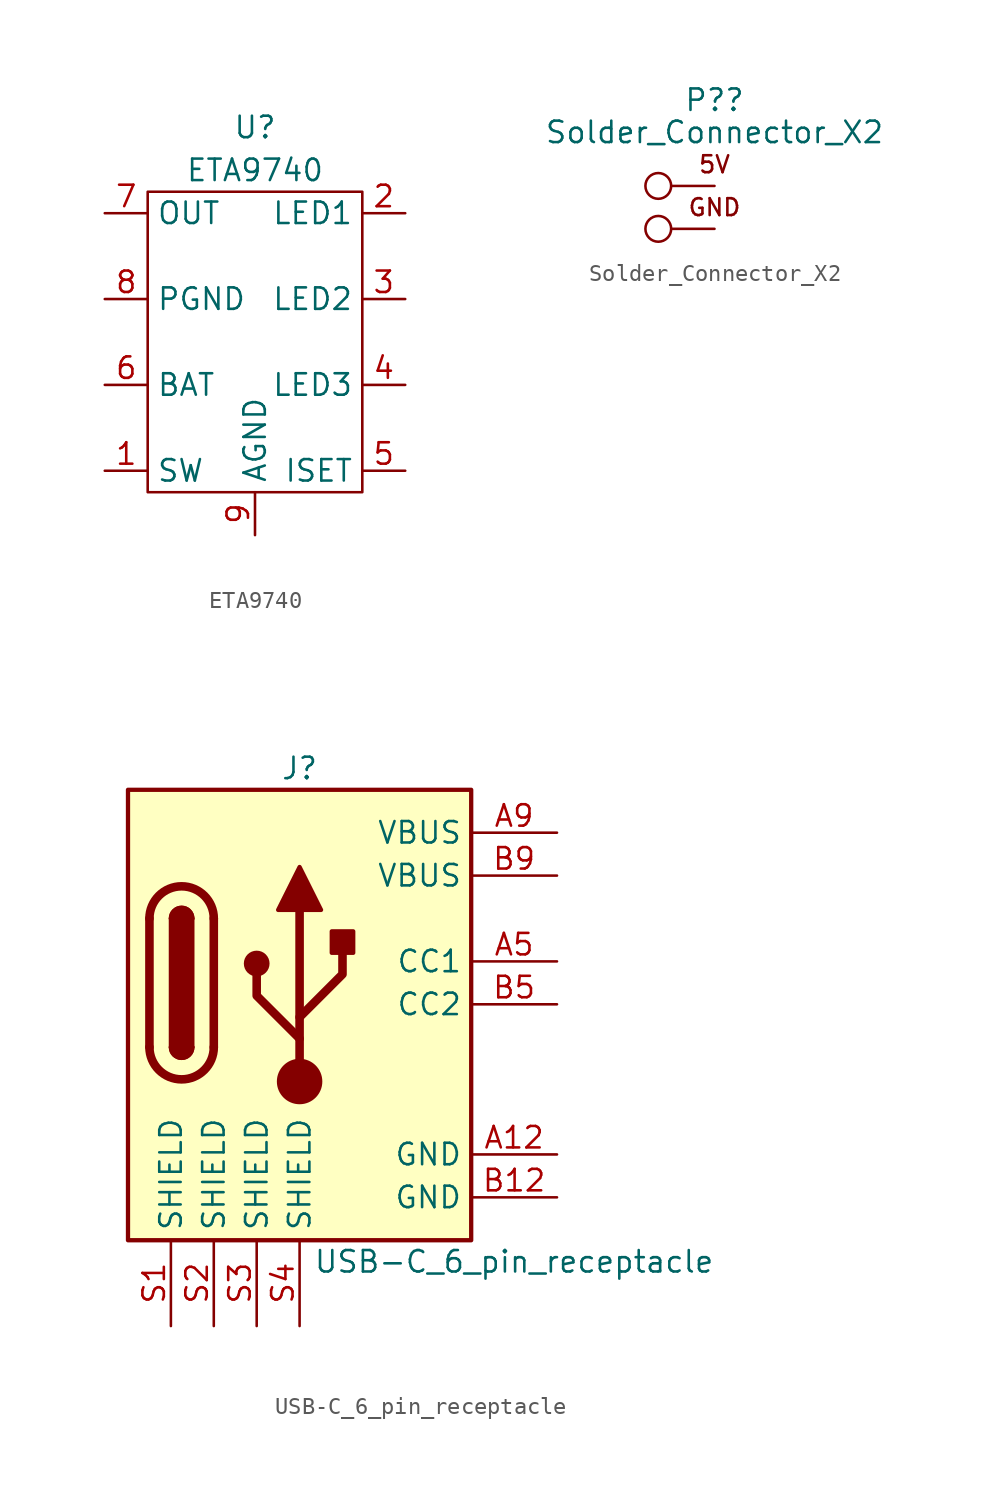
<source format=kicad_sym>
(kicad_symbol_lib
  (version 20211014)
  (generator kicad_symbol_editor)
  (symbol "ETA9740"
    (pin_names
      (offset 0.512))
    (property "Reference" "U"
      (at 0 10.16 0)
      (effects (font (size 1.27 1.27))))
    (property "Value" "ETA9740"
      (at 0 7.62 0)
      (effects (font (size 1.27 1.27))))
    (symbol "ETA9740_0_1"
      (rectangle (start -6.35 6.35) (end 6.35 -11.43) (stroke (width 0) (type default) (color 0 0 0 0)) (fill (type none))))
    (symbol "ETA9740_1_1"
      (pin bidirectional line (at -8.89 -10.16 0) (length 2.54) (name "SW" (effects (font (size 1.27 1.27)))) (number "1" (effects (font (size 1.27 1.27)))))
      (pin output line (at 8.89 5.08 180) (length 2.54) (name "LED1" (effects (font (size 1.27 1.27)))) (number "2" (effects (font (size 1.27 1.27)))))
      (pin output line (at 8.89 0 180) (length 2.54) (name "LED2" (effects (font (size 1.27 1.27)))) (number "3" (effects (font (size 1.27 1.27)))))
      (pin output line (at 8.89 -5.08 180) (length 2.54) (name "LED3" (effects (font (size 1.27 1.27)))) (number "4" (effects (font (size 1.27 1.27)))))
      (pin input line (at 8.89 -10.16 180) (length 2.54) (name "ISET" (effects (font (size 1.27 1.27)))) (number "5" (effects (font (size 1.27 1.27)))))
      (pin bidirectional line (at -8.89 -5.08 0) (length 2.54) (name "BAT" (effects (font (size 1.27 1.27)))) (number "6" (effects (font (size 1.27 1.27)))))
      (pin output line (at -8.89 5.08 0) (length 2.54) (name "OUT" (effects (font (size 1.27 1.27)))) (number "7" (effects (font (size 1.27 1.27)))))
      (pin bidirectional line (at -8.89 0 0) (length 2.54) (name "PGND" (effects (font (size 1.27 1.27)))) (number "8" (effects (font (size 1.27 1.27)))))
      (pin bidirectional line (at 0 -13.97 90) (length 2.54) (name "AGND" (effects (font (size 1.27 1.27)))) (number "9" (effects (font (size 1.27 1.27)))))))
  (symbol "Solder_Connector_X2"
    (pin_numbers hide)
    (pin_names
      (offset 0.762) hide)
    (property "Reference" "P?"
      (at 0 5.08 0)
      (effects (font (size 1.27 1.27))))
    (property "Value" "Solder_Connector_X2"
      (at 0 3.175 0)
      (effects (font (size 1.27 1.27))))
    (symbol "Solder_Connector_X2_0_0"
      (text "5V" (at 0 1.27 0) (effects (font (size 1 1))))
      (text "GND" (at 0 -1.27 0) (effects (font (size 1 1)))))
    (symbol "Solder_Connector_X2_0_1"
      (circle (center -3.327 -2.54) (radius 0.762) (stroke (width 0) (type default) (color 0 0 0 0)) (fill (type none)))
      (circle (center -3.327 0) (radius 0.762) (stroke (width 0) (type default) (color 0 0 0 0)) (fill (type none))))
    (symbol "Solder_Connector_X2_1_1"
      (pin passive line (at 0 0 180) (length 2.54) (name "5V" (effects (font (size 1.27 1.27)))) (number "1" (effects (font (size 1.27 1.27)))))
      (pin passive line (at 0 -2.54 180) (length 2.54) (name "GND" (effects (font (size 1.27 1.27)))) (number "2" (effects (font (size 1.27 1.27)))))))
  (symbol "USB-C_6_pin_receptacle"
    (property "Reference" "J"
      (at 0 12.7 0)
      (effects (font (size 1.27 1.27))))
    (property "Value" "USB-C_6_pin_receptacle"
      (at 12.7 -16.51 0)
      (effects (font (size 1.27 1.27))))
    (symbol "USB-C_6_pin_receptacle_0_1"
      (rectangle (start -10.16 11.43) (end 10.16 -15.24) (stroke (width 0.254) (type default) (color 0 0 0 0)) (fill (type background)))
      (arc (start -8.89 -3.81) (mid -6.985 -5.715) (end -5.08 -3.81) (stroke (width 0.508) (type default) (color 0 0 0 0)) (fill (type none)))
      (arc (start -7.62 -3.81) (mid -6.985 -4.445) (end -6.35 -3.81) (stroke (width 0.254) (type default) (color 0 0 0 0)) (fill (type none)))
      (arc (start -7.62 -3.81) (mid -6.985 -4.445) (end -6.35 -3.81) (stroke (width 0.254) (type default) (color 0 0 0 0)) (fill (type outline)))
      (rectangle (start -7.62 -3.81) (end -6.35 3.81) (stroke (width 0.254) (type default) (color 0 0 0 0)) (fill (type outline)))
      (arc (start -6.35 3.81) (mid -6.985 4.445) (end -7.62 3.81) (stroke (width 0.254) (type default) (color 0 0 0 0)) (fill (type none)))
      (arc (start -6.35 3.81) (mid -6.985 4.445) (end -7.62 3.81) (stroke (width 0.254) (type default) (color 0 0 0 0)) (fill (type outline)))
      (arc (start -5.08 3.81) (mid -6.985 5.715) (end -8.89 3.81) (stroke (width 0.508) (type default) (color 0 0 0 0)) (fill (type none)))
      (circle (center -2.54 1.143) (radius 0.635) (stroke (width 0.254) (type default) (color 0 0 0 0)) (fill (type outline)))
      (circle (center 0 -5.842) (radius 1.27) (stroke (width 0) (type default) (color 0 0 0 0)) (fill (type outline)))
      (polyline (pts (xy -8.89 -3.81) (xy -8.89 3.81)) (stroke (width 0.508) (type default) (color 0 0 0 0)) (fill (type none)))
      (polyline (pts (xy -5.08 3.81) (xy -5.08 -3.81)) (stroke (width 0.508) (type default) (color 0 0 0 0)) (fill (type none)))
      (polyline (pts (xy 0 -5.842) (xy 0 4.318)) (stroke (width 0.508) (type default) (color 0 0 0 0)) (fill (type none)))
      (polyline (pts (xy 0 -3.302) (xy -2.54 -0.762) (xy -2.54 0.508)) (stroke (width 0.508) (type default) (color 0 0 0 0)) (fill (type none)))
      (polyline (pts (xy 0 -2.032) (xy 2.54 0.508) (xy 2.54 1.778)) (stroke (width 0.508) (type default) (color 0 0 0 0)) (fill (type none)))
      (polyline (pts (xy -1.27 4.318) (xy 0 6.858) (xy 1.27 4.318) (xy -1.27 4.318)) (stroke (width 0.254) (type default) (color 0 0 0 0)) (fill (type outline)))
      (rectangle (start 1.905 1.778) (end 3.175 3.048) (stroke (width 0.254) (type default) (color 0 0 0 0)) (fill (type outline))))
    (symbol "USB-C_6_pin_receptacle_1_1"
      (pin passive line (at 15.24 -10.16 180) (length 5.08) (name "GND" (effects (font (size 1.27 1.27)))) (number "A12" (effects (font (size 1.27 1.27)))))
      (pin bidirectional line (at 15.24 1.27 180) (length 5.08) (name "CC1" (effects (font (size 1.27 1.27)))) (number "A5" (effects (font (size 1.27 1.27)))))
      (pin passive line (at 15.24 8.89 180) (length 5.08) (name "VBUS" (effects (font (size 1.27 1.27)))) (number "A9" (effects (font (size 1.27 1.27)))))
      (pin passive line (at 15.24 -12.7 180) (length 5.08) (name "GND" (effects (font (size 1.27 1.27)))) (number "B12" (effects (font (size 1.27 1.27)))))
      (pin bidirectional line (at 15.24 -1.27 180) (length 5.08) (name "CC2" (effects (font (size 1.27 1.27)))) (number "B5" (effects (font (size 1.27 1.27)))))
      (pin passive line (at 15.24 6.35 180) (length 5.08) (name "VBUS" (effects (font (size 1.27 1.27)))) (number "B9" (effects (font (size 1.27 1.27)))))
      (pin passive line (at -7.62 -20.32 90) (length 5.08) (name "SHIELD" (effects (font (size 1.27 1.27)))) (number "S1" (effects (font (size 1.27 1.27)))))
      (pin passive line (at -5.08 -20.32 90) (length 5.08) (name "SHIELD" (effects (font (size 1.27 1.27)))) (number "S2" (effects (font (size 1.27 1.27)))))
      (pin passive line (at -2.54 -20.32 90) (length 5.08) (name "SHIELD" (effects (font (size 1.27 1.27)))) (number "S3" (effects (font (size 1.27 1.27)))))
      (pin passive line (at 0 -20.32 90) (length 5.08) (name "SHIELD" (effects (font (size 1.27 1.27)))) (number "S4" (effects (font (size 1.27 1.27))))))))
</source>
